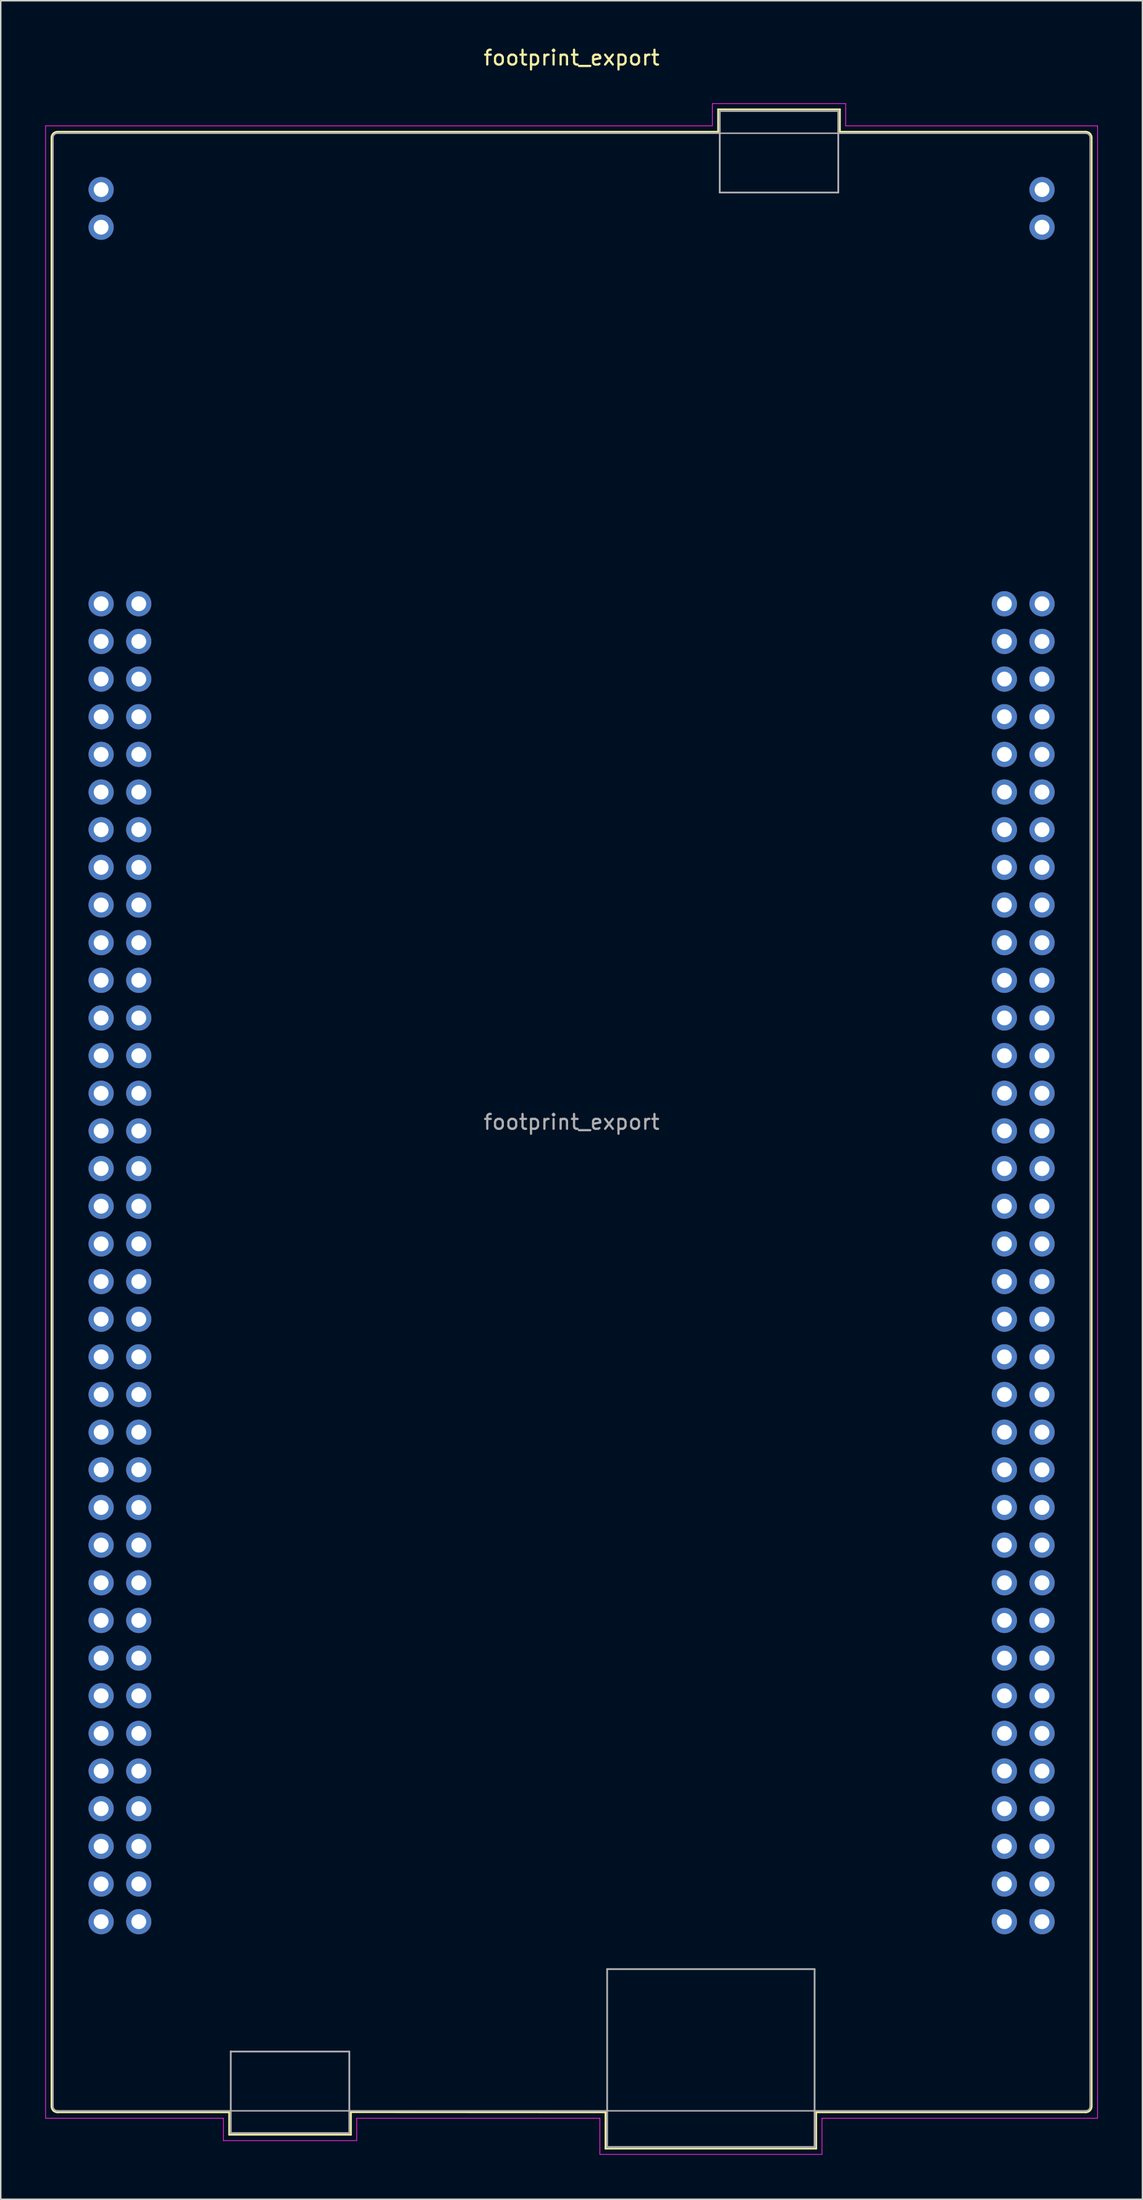
<source format=kicad_pcb>
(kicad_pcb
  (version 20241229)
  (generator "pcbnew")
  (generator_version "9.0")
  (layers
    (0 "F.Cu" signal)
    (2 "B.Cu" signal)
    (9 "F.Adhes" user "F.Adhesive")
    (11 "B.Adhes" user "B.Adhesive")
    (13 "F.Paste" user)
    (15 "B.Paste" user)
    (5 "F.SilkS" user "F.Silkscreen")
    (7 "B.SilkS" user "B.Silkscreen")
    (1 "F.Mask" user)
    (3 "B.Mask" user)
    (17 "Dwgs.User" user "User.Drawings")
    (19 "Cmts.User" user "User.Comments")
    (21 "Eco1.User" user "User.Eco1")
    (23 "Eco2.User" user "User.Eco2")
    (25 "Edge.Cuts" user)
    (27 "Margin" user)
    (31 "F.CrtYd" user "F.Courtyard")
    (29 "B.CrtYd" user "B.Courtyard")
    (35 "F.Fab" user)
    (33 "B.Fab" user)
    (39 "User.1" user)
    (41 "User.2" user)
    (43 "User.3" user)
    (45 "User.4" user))
  (footprint "footprint_export"
    (layer "F.Cu")
    (at 3.775 37.678)
    (property "Reference" "footprint_export" (at 31.75 -36.83 0) (layer "F.SilkS") (effects (font (size 1 1) (thickness 0.15))))
    (attr through_hole)
    (fp_line (start -3.35 -31.44) (end -3.35 101.36) (stroke (width 0.12) (type solid)) (layer "F.SilkS"))
    (fp_line (start 8.64 101.76) (end -2.95 101.76) (stroke (width 0.12) (type solid)) (layer "F.SilkS"))
    (fp_line (start 8.64 101.76) (end 8.64 103.27) (stroke (width 0.12) (type solid)) (layer "F.SilkS"))
    (fp_line (start 8.64 103.27) (end 16.86 103.27) (stroke (width 0.12) (type solid)) (layer "F.SilkS"))
    (fp_line (start 16.86 103.27) (end 16.86 101.75) (stroke (width 0.12) (type solid)) (layer "F.SilkS"))
    (fp_line (start 34.04 101.76) (end 16.86 101.75) (stroke (width 0.12) (type solid)) (layer "F.SilkS"))
    (fp_line (start 34.04 104.21) (end 34.04 101.76) (stroke (width 0.12) (type solid)) (layer "F.SilkS"))
    (fp_line (start 41.64 -33.35) (end 49.86 -33.35) (stroke (width 0.12) (type solid)) (layer "F.SilkS"))
    (fp_line (start 41.64 -31.84) (end -2.95 -31.84) (stroke (width 0.12) (type solid)) (layer "F.SilkS"))
    (fp_line (start 41.64 -31.84) (end 41.64 -33.35) (stroke (width 0.12) (type solid)) (layer "F.SilkS"))
    (fp_line (start 48.26 101.76) (end 48.26 104.21) (stroke (width 0.12) (type solid)) (layer "F.SilkS"))
    (fp_line (start 48.26 101.76) (end 66.45 101.76) (stroke (width 0.12) (type solid)) (layer "F.SilkS"))
    (fp_line (start 48.26 104.21) (end 34.04 104.21) (stroke (width 0.12) (type solid)) (layer "F.SilkS"))
    (fp_line (start 49.86 -33.35) (end 49.86 -31.84) (stroke (width 0.12) (type solid)) (layer "F.SilkS"))
    (fp_line (start 49.86 -31.84) (end 66.45 -31.84) (stroke (width 0.12) (type solid)) (layer "F.SilkS"))
    (fp_line (start 66.85 101.36) (end 66.85 -31.44) (stroke (width 0.12) (type solid)) (layer "F.SilkS"))
    (fp_arc (start -3.35 -31.44) (mid -3.232843 -31.722843) (end -2.95 -31.84) (stroke (width 0.12) (type solid)) (layer "F.SilkS"))
    (fp_arc (start -2.95 101.76) (mid -3.232843 101.642843) (end -3.35 101.36) (stroke (width 0.12) (type solid)) (layer "F.SilkS"))
    (fp_arc (start 66.45 -31.84) (mid 66.732843 -31.722843) (end 66.85 -31.44) (stroke (width 0.12) (type solid)) (layer "F.SilkS"))
    (fp_arc (start 66.85 101.36) (mid 66.732843 101.642843) (end 66.45 101.76) (stroke (width 0.12) (type solid)) (layer "F.SilkS"))
    (fp_line (start -3.75 -32.24) (end -3.75 102.16) (stroke (width 0.05) (type solid)) (layer "F.CrtYd"))
    (fp_line (start -3.75 102.16) (end 8.25 102.16) (stroke (width 0.05) (type solid)) (layer "F.CrtYd"))
    (fp_line (start 8.25 102.16) (end 8.25 103.67) (stroke (width 0.05) (type solid)) (layer "F.CrtYd"))
    (fp_line (start 8.25 103.67) (end 17.25 103.67) (stroke (width 0.05) (type solid)) (layer "F.CrtYd"))
    (fp_line (start 17.25 102.16) (end 17.25 103.67) (stroke (width 0.05) (type solid)) (layer "F.CrtYd"))
    (fp_line (start 17.25 102.16) (end 33.66 102.16) (stroke (width 0.05) (type solid)) (layer "F.CrtYd"))
    (fp_line (start 33.66 104.6) (end 33.66 102.16) (stroke (width 0.05) (type solid)) (layer "F.CrtYd"))
    (fp_line (start 33.66 104.6) (end 48.65 104.6) (stroke (width 0.05) (type solid)) (layer "F.CrtYd"))
    (fp_line (start 41.25 -33.74) (end 50.25 -33.74) (stroke (width 0.05) (type solid)) (layer "F.CrtYd"))
    (fp_line (start 41.25 -32.24) (end -3.75 -32.24) (stroke (width 0.05) (type solid)) (layer "F.CrtYd"))
    (fp_line (start 41.25 -32.24) (end 41.25 -33.74) (stroke (width 0.05) (type solid)) (layer "F.CrtYd"))
    (fp_line (start 48.65 102.16) (end 48.65 104.6) (stroke (width 0.05) (type solid)) (layer "F.CrtYd"))
    (fp_line (start 50.25 -32.24) (end 50.25 -33.74) (stroke (width 0.05) (type solid)) (layer "F.CrtYd"))
    (fp_line (start 50.25 -32.24) (end 67.25 -32.24) (stroke (width 0.05) (type solid)) (layer "F.CrtYd"))
    (fp_line (start 67.25 102.16) (end 48.65 102.16) (stroke (width 0.05) (type solid)) (layer "F.CrtYd"))
    (fp_line (start 67.25 102.16) (end 67.25 -32.24) (stroke (width 0.05) (type solid)) (layer "F.CrtYd"))
    (fp_line (start -3.25 101.36) (end -3.25 -31.44) (stroke (width 0.1) (type solid)) (layer "F.Fab"))
    (fp_line (start 8.75 97.66) (end 16.75 97.66) (stroke (width 0.12) (type solid)) (layer "F.Fab"))
    (fp_line (start 8.75 103.16) (end 8.75 97.65) (stroke (width 0.12) (type solid)) (layer "F.Fab"))
    (fp_line (start 8.75 103.16) (end 16.75 103.16) (stroke (width 0.12) (type solid)) (layer "F.Fab"))
    (fp_line (start 16.75 97.66) (end 16.75 103.16) (stroke (width 0.12) (type solid)) (layer "F.Fab"))
    (fp_line (start 34.15 92.1) (end 48.15 92.1) (stroke (width 0.12) (type solid)) (layer "F.Fab"))
    (fp_line (start 34.15 104.1) (end 34.15 92.1) (stroke (width 0.12) (type solid)) (layer "F.Fab"))
    (fp_line (start 34.15 104.1) (end 48.15 104.1) (stroke (width 0.12) (type solid)) (layer "F.Fab"))
    (fp_line (start 41.75 -33.24) (end 49.75 -33.24) (stroke (width 0.12) (type solid)) (layer "F.Fab"))
    (fp_line (start 41.75 -27.74) (end 41.75 -33.24) (stroke (width 0.12) (type solid)) (layer "F.Fab"))
    (fp_line (start 41.75 -27.74) (end 49.75 -27.74) (stroke (width 0.12) (type solid)) (layer "F.Fab"))
    (fp_line (start 48.15 104.1) (end 48.15 92.1) (stroke (width 0.12) (type solid)) (layer "F.Fab"))
    (fp_line (start 49.75 -33.24) (end 49.75 -27.74) (stroke (width 0.12) (type solid)) (layer "F.Fab"))
    (fp_line (start 66.45 -31.74) (end -2.95 -31.74) (stroke (width 0.1) (type solid)) (layer "F.Fab"))
    (fp_line (start 66.45 101.66) (end -2.95 101.66) (stroke (width 0.1) (type solid)) (layer "F.Fab"))
    (fp_line (start 66.75 101.36) (end 66.75 -31.44) (stroke (width 0.1) (type solid)) (layer "F.Fab"))
    (fp_arc (start -3.25 -31.44) (mid -3.162132 -31.652132) (end -2.95 -31.74) (stroke (width 0.1) (type solid)) (layer "F.Fab"))
    (fp_arc (start -2.95 101.66) (mid -3.162132 101.572132) (end -3.25 101.36) (stroke (width 0.1) (type solid)) (layer "F.Fab"))
    (fp_arc (start 66.45 -31.74) (mid 66.662132 -31.652132) (end 66.75 -31.44) (stroke (width 0.1) (type solid)) (layer "F.Fab"))
    (fp_arc (start 66.75 101.36) (mid 66.662132 101.572132) (end 66.45 101.66) (stroke (width 0.1) (type solid)) (layer "F.Fab"))
    (fp_text user "${REFERENCE}" (at 31.75 34.96 0) (layer "F.Fab") (effects (font (size 1 1) (thickness 0.15))))
    (pad "1" thru_hole circle (at 0 0) (size 1.7 1.7) (drill 1) (layers "*.Cu" "*.Mask"))
    (pad "2" thru_hole circle (at 2.54 0) (size 1.7 1.7) (drill 1) (layers "*.Cu" "*.Mask"))
    (pad "3" thru_hole circle (at 0 2.54) (size 1.7 1.7) (drill 1) (layers "*.Cu" "*.Mask"))
    (pad "4" thru_hole circle (at 2.54 2.54) (size 1.7 1.7) (drill 1) (layers "*.Cu" "*.Mask"))
    (pad "5" thru_hole circle (at 0 5.08) (size 1.7 1.7) (drill 1) (layers "*.Cu" "*.Mask"))
    (pad "6" thru_hole circle (at 2.54 5.08) (size 1.7 1.7) (drill 1) (layers "*.Cu" "*.Mask"))
    (pad "7" thru_hole circle (at 0 7.62) (size 1.7 1.7) (drill 1) (layers "*.Cu" "*.Mask"))
    (pad "8" thru_hole circle (at 2.54 7.62) (size 1.7 1.7) (drill 1) (layers "*.Cu" "*.Mask"))
    (pad "9" thru_hole circle (at 0 10.16) (size 1.7 1.7) (drill 1) (layers "*.Cu" "*.Mask"))
    (pad "10" thru_hole circle (at 2.54 10.16) (size 1.7 1.7) (drill 1) (layers "*.Cu" "*.Mask"))
    (pad "11" thru_hole circle (at 0 12.7) (size 1.7 1.7) (drill 1) (layers "*.Cu" "*.Mask"))
    (pad "12" thru_hole circle (at 2.54 12.7) (size 1.7 1.7) (drill 1) (layers "*.Cu" "*.Mask"))
    (pad "13" thru_hole circle (at 0 15.24) (size 1.7 1.7) (drill 1) (layers "*.Cu" "*.Mask"))
    (pad "14" thru_hole circle (at 2.54 15.24) (size 1.7 1.7) (drill 1) (layers "*.Cu" "*.Mask"))
    (pad "15" thru_hole circle (at 0 17.78) (size 1.7 1.7) (drill 1) (layers "*.Cu" "*.Mask"))
    (pad "16" thru_hole circle (at 2.54 17.78) (size 1.7 1.7) (drill 1) (layers "*.Cu" "*.Mask"))
    (pad "17" thru_hole circle (at 0 20.32) (size 1.7 1.7) (drill 1) (layers "*.Cu" "*.Mask"))
    (pad "18" thru_hole circle (at 2.54 20.32) (size 1.7 1.7) (drill 1) (layers "*.Cu" "*.Mask"))
    (pad "19" thru_hole circle (at 0 22.86) (size 1.7 1.7) (drill 1) (layers "*.Cu" "*.Mask"))
    (pad "20" thru_hole circle (at 2.54 22.86) (size 1.7 1.7) (drill 1) (layers "*.Cu" "*.Mask"))
    (pad "21" thru_hole circle (at 0 25.4) (size 1.7 1.7) (drill 1) (layers "*.Cu" "*.Mask"))
    (pad "22" thru_hole circle (at 2.54 25.4) (size 1.7 1.7) (drill 1) (layers "*.Cu" "*.Mask"))
    (pad "23" thru_hole circle (at 0 27.94) (size 1.7 1.7) (drill 1) (layers "*.Cu" "*.Mask"))
    (pad "24" thru_hole circle (at 2.54 27.94) (size 1.7 1.7) (drill 1) (layers "*.Cu" "*.Mask"))
    (pad "25" thru_hole circle (at 0 30.48) (size 1.7 1.7) (drill 1) (layers "*.Cu" "*.Mask"))
    (pad "26" thru_hole circle (at 2.54 30.48) (size 1.7 1.7) (drill 1) (layers "*.Cu" "*.Mask"))
    (pad "27" thru_hole circle (at 0 33.02) (size 1.7 1.7) (drill 1) (layers "*.Cu" "*.Mask"))
    (pad "28" thru_hole circle (at 2.54 33.02) (size 1.7 1.7) (drill 1) (layers "*.Cu" "*.Mask"))
    (pad "29" thru_hole circle (at 0 35.56) (size 1.7 1.7) (drill 1) (layers "*.Cu" "*.Mask"))
    (pad "30" thru_hole circle (at 2.54 35.56) (size 1.7 1.7) (drill 1) (layers "*.Cu" "*.Mask"))
    (pad "31" thru_hole circle (at 0 38.1) (size 1.7 1.7) (drill 1) (layers "*.Cu" "*.Mask"))
    (pad "32" thru_hole circle (at 2.54 38.1) (size 1.7 1.7) (drill 1) (layers "*.Cu" "*.Mask"))
    (pad "33" thru_hole circle (at 0 40.64) (size 1.7 1.7) (drill 1) (layers "*.Cu" "*.Mask"))
    (pad "34" thru_hole circle (at 2.54 40.64) (size 1.7 1.7) (drill 1) (layers "*.Cu" "*.Mask"))
    (pad "35" thru_hole circle (at 0 43.18) (size 1.7 1.7) (drill 1) (layers "*.Cu" "*.Mask"))
    (pad "36" thru_hole circle (at 2.54 43.18) (size 1.7 1.7) (drill 1) (layers "*.Cu" "*.Mask"))
    (pad "37" thru_hole circle (at 0 45.72) (size 1.7 1.7) (drill 1) (layers "*.Cu" "*.Mask"))
    (pad "38" thru_hole circle (at 2.54 45.72) (size 1.7 1.7) (drill 1) (layers "*.Cu" "*.Mask"))
    (pad "39" thru_hole circle (at 0 48.26) (size 1.7 1.7) (drill 1) (layers "*.Cu" "*.Mask"))
    (pad "40" thru_hole circle (at 2.54 48.26) (size 1.7 1.7) (drill 1) (layers "*.Cu" "*.Mask"))
    (pad "41" thru_hole circle (at 0 50.8) (size 1.7 1.7) (drill 1) (layers "*.Cu" "*.Mask"))
    (pad "42" thru_hole circle (at 2.54 50.8) (size 1.7 1.7) (drill 1) (layers "*.Cu" "*.Mask"))
    (pad "43" thru_hole circle (at 0 53.34) (size 1.7 1.7) (drill 1) (layers "*.Cu" "*.Mask"))
    (pad "44" thru_hole circle (at 2.54 53.34) (size 1.7 1.7) (drill 1) (layers "*.Cu" "*.Mask"))
    (pad "45" thru_hole circle (at 0 55.88) (size 1.7 1.7) (drill 1) (layers "*.Cu" "*.Mask"))
    (pad "46" thru_hole circle (at 2.54 55.88) (size 1.7 1.7) (drill 1) (layers "*.Cu" "*.Mask"))
    (pad "47" thru_hole circle (at 0 58.42) (size 1.7 1.7) (drill 1) (layers "*.Cu" "*.Mask"))
    (pad "48" thru_hole circle (at 2.54 58.42) (size 1.7 1.7) (drill 1) (layers "*.Cu" "*.Mask"))
    (pad "49" thru_hole circle (at 0 60.96) (size 1.7 1.7) (drill 1) (layers "*.Cu" "*.Mask"))
    (pad "50" thru_hole circle (at 2.54 60.96) (size 1.7 1.7) (drill 1) (layers "*.Cu" "*.Mask"))
    (pad "51" thru_hole circle (at 0 63.5) (size 1.7 1.7) (drill 1) (layers "*.Cu" "*.Mask"))
    (pad "52" thru_hole circle (at 2.54 63.5) (size 1.7 1.7) (drill 1) (layers "*.Cu" "*.Mask"))
    (pad "53" thru_hole circle (at 0 66.04) (size 1.7 1.7) (drill 1) (layers "*.Cu" "*.Mask"))
    (pad "54" thru_hole circle (at 2.54 66.04) (size 1.7 1.7) (drill 1) (layers "*.Cu" "*.Mask"))
    (pad "55" thru_hole circle (at 0 68.58) (size 1.7 1.7) (drill 1) (layers "*.Cu" "*.Mask"))
    (pad "56" thru_hole circle (at 2.54 68.58) (size 1.7 1.7) (drill 1) (layers "*.Cu" "*.Mask"))
    (pad "57" thru_hole circle (at 0 71.12) (size 1.7 1.7) (drill 1) (layers "*.Cu" "*.Mask"))
    (pad "58" thru_hole circle (at 2.54 71.12) (size 1.7 1.7) (drill 1) (layers "*.Cu" "*.Mask"))
    (pad "59" thru_hole circle (at 0 73.66) (size 1.7 1.7) (drill 1) (layers "*.Cu" "*.Mask"))
    (pad "60" thru_hole circle (at 2.54 73.66) (size 1.7 1.7) (drill 1) (layers "*.Cu" "*.Mask"))
    (pad "61" thru_hole circle (at 0 76.2) (size 1.7 1.7) (drill 1) (layers "*.Cu" "*.Mask"))
    (pad "62" thru_hole circle (at 2.54 76.2) (size 1.7 1.7) (drill 1) (layers "*.Cu" "*.Mask"))
    (pad "63" thru_hole circle (at 0 78.74) (size 1.7 1.7) (drill 1) (layers "*.Cu" "*.Mask"))
    (pad "64" thru_hole circle (at 2.54 78.74) (size 1.7 1.7) (drill 1) (layers "*.Cu" "*.Mask"))
    (pad "65" thru_hole circle (at 0 81.28) (size 1.7 1.7) (drill 1) (layers "*.Cu" "*.Mask"))
    (pad "66" thru_hole circle (at 2.54 81.28) (size 1.7 1.7) (drill 1) (layers "*.Cu" "*.Mask"))
    (pad "67" thru_hole circle (at 0 83.82) (size 1.7 1.7) (drill 1) (layers "*.Cu" "*.Mask"))
    (pad "68" thru_hole circle (at 2.54 83.82) (size 1.7 1.7) (drill 1) (layers "*.Cu" "*.Mask"))
    (pad "69" thru_hole circle (at 0 86.36) (size 1.7 1.7) (drill 1) (layers "*.Cu" "*.Mask"))
    (pad "70" thru_hole circle (at 2.54 86.36) (size 1.7 1.7) (drill 1) (layers "*.Cu" "*.Mask"))
    (pad "71" thru_hole circle (at 0 88.9) (size 1.7 1.7) (drill 1) (layers "*.Cu" "*.Mask"))
    (pad "72" thru_hole circle (at 2.54 88.9) (size 1.7 1.7) (drill 1) (layers "*.Cu" "*.Mask"))
    (pad "73" thru_hole circle (at 60.96 0) (size 1.7 1.7) (drill 1) (layers "*.Cu" "*.Mask"))
    (pad "74" thru_hole circle (at 63.5 0) (size 1.7 1.7) (drill 1) (layers "*.Cu" "*.Mask"))
    (pad "75" thru_hole circle (at 60.96 2.54) (size 1.7 1.7) (drill 1) (layers "*.Cu" "*.Mask"))
    (pad "76" thru_hole circle (at 63.5 2.54) (size 1.7 1.7) (drill 1) (layers "*.Cu" "*.Mask"))
    (pad "77" thru_hole circle (at 60.96 5.08) (size 1.7 1.7) (drill 1) (layers "*.Cu" "*.Mask"))
    (pad "78" thru_hole circle (at 63.5 5.08) (size 1.7 1.7) (drill 1) (layers "*.Cu" "*.Mask"))
    (pad "79" thru_hole circle (at 60.96 7.62) (size 1.7 1.7) (drill 1) (layers "*.Cu" "*.Mask"))
    (pad "80" thru_hole circle (at 63.5 7.62) (size 1.7 1.7) (drill 1) (layers "*.Cu" "*.Mask"))
    (pad "81" thru_hole circle (at 60.96 10.16) (size 1.7 1.7) (drill 1) (layers "*.Cu" "*.Mask"))
    (pad "82" thru_hole circle (at 63.5 10.16) (size 1.7 1.7) (drill 1) (layers "*.Cu" "*.Mask"))
    (pad "83" thru_hole circle (at 60.96 12.7) (size 1.7 1.7) (drill 1) (layers "*.Cu" "*.Mask"))
    (pad "84" thru_hole circle (at 63.5 12.7) (size 1.7 1.7) (drill 1) (layers "*.Cu" "*.Mask"))
    (pad "85" thru_hole circle (at 60.96 15.24) (size 1.7 1.7) (drill 1) (layers "*.Cu" "*.Mask"))
    (pad "86" thru_hole circle (at 63.5 15.24) (size 1.7 1.7) (drill 1) (layers "*.Cu" "*.Mask"))
    (pad "87" thru_hole circle (at 60.96 17.78) (size 1.7 1.7) (drill 1) (layers "*.Cu" "*.Mask"))
    (pad "88" thru_hole circle (at 63.5 17.78) (size 1.7 1.7) (drill 1) (layers "*.Cu" "*.Mask"))
    (pad "89" thru_hole circle (at 60.96 20.32) (size 1.7 1.7) (drill 1) (layers "*.Cu" "*.Mask"))
    (pad "90" thru_hole circle (at 63.5 20.32) (size 1.7 1.7) (drill 1) (layers "*.Cu" "*.Mask"))
    (pad "91" thru_hole circle (at 60.96 22.86) (size 1.7 1.7) (drill 1) (layers "*.Cu" "*.Mask"))
    (pad "92" thru_hole circle (at 63.5 22.86) (size 1.7 1.7) (drill 1) (layers "*.Cu" "*.Mask"))
    (pad "93" thru_hole circle (at 60.96 25.4) (size 1.7 1.7) (drill 1) (layers "*.Cu" "*.Mask"))
    (pad "94" thru_hole circle (at 63.5 25.4) (size 1.7 1.7) (drill 1) (layers "*.Cu" "*.Mask"))
    (pad "95" thru_hole circle (at 60.96 27.94) (size 1.7 1.7) (drill 1) (layers "*.Cu" "*.Mask"))
    (pad "96" thru_hole circle (at 63.5 27.94) (size 1.7 1.7) (drill 1) (layers "*.Cu" "*.Mask"))
    (pad "97" thru_hole circle (at 60.96 30.48) (size 1.7 1.7) (drill 1) (layers "*.Cu" "*.Mask"))
    (pad "98" thru_hole circle (at 63.5 30.48) (size 1.7 1.7) (drill 1) (layers "*.Cu" "*.Mask"))
    (pad "99" thru_hole circle (at 60.96 33.02) (size 1.7 1.7) (drill 1) (layers "*.Cu" "*.Mask"))
    (pad "100" thru_hole circle (at 63.5 33.02) (size 1.7 1.7) (drill 1) (layers "*.Cu" "*.Mask"))
    (pad "101" thru_hole circle (at 60.96 35.56) (size 1.7 1.7) (drill 1) (layers "*.Cu" "*.Mask"))
    (pad "102" thru_hole circle (at 63.5 35.56) (size 1.7 1.7) (drill 1) (layers "*.Cu" "*.Mask"))
    (pad "103" thru_hole circle (at 60.96 38.1) (size 1.7 1.7) (drill 1) (layers "*.Cu" "*.Mask"))
    (pad "104" thru_hole circle (at 63.5 38.1) (size 1.7 1.7) (drill 1) (layers "*.Cu" "*.Mask"))
    (pad "105" thru_hole circle (at 60.96 40.64) (size 1.7 1.7) (drill 1) (layers "*.Cu" "*.Mask"))
    (pad "106" thru_hole circle (at 63.5 40.64) (size 1.7 1.7) (drill 1) (layers "*.Cu" "*.Mask"))
    (pad "107" thru_hole circle (at 60.96 43.18) (size 1.7 1.7) (drill 1) (layers "*.Cu" "*.Mask"))
    (pad "108" thru_hole circle (at 63.5 43.18) (size 1.7 1.7) (drill 1) (layers "*.Cu" "*.Mask"))
    (pad "109" thru_hole circle (at 60.96 45.72) (size 1.7 1.7) (drill 1) (layers "*.Cu" "*.Mask"))
    (pad "110" thru_hole circle (at 63.5 45.72) (size 1.7 1.7) (drill 1) (layers "*.Cu" "*.Mask"))
    (pad "111" thru_hole circle (at 60.96 48.26) (size 1.7 1.7) (drill 1) (layers "*.Cu" "*.Mask"))
    (pad "112" thru_hole circle (at 63.5 48.26) (size 1.7 1.7) (drill 1) (layers "*.Cu" "*.Mask"))
    (pad "113" thru_hole circle (at 60.96 50.8) (size 1.7 1.7) (drill 1) (layers "*.Cu" "*.Mask"))
    (pad "114" thru_hole circle (at 63.5 50.8) (size 1.7 1.7) (drill 1) (layers "*.Cu" "*.Mask"))
    (pad "115" thru_hole circle (at 60.96 53.34) (size 1.7 1.7) (drill 1) (layers "*.Cu" "*.Mask"))
    (pad "116" thru_hole circle (at 63.5 53.34) (size 1.7 1.7) (drill 1) (layers "*.Cu" "*.Mask"))
    (pad "117" thru_hole circle (at 60.96 55.88) (size 1.7 1.7) (drill 1) (layers "*.Cu" "*.Mask"))
    (pad "118" thru_hole circle (at 63.5 55.88) (size 1.7 1.7) (drill 1) (layers "*.Cu" "*.Mask"))
    (pad "119" thru_hole circle (at 60.96 58.42) (size 1.7 1.7) (drill 1) (layers "*.Cu" "*.Mask"))
    (pad "120" thru_hole circle (at 63.5 58.42) (size 1.7 1.7) (drill 1) (layers "*.Cu" "*.Mask"))
    (pad "121" thru_hole circle (at 60.96 60.96) (size 1.7 1.7) (drill 1) (layers "*.Cu" "*.Mask"))
    (pad "122" thru_hole circle (at 63.5 60.96) (size 1.7 1.7) (drill 1) (layers "*.Cu" "*.Mask"))
    (pad "123" thru_hole circle (at 60.96 63.5) (size 1.7 1.7) (drill 1) (layers "*.Cu" "*.Mask"))
    (pad "124" thru_hole circle (at 63.5 63.5) (size 1.7 1.7) (drill 1) (layers "*.Cu" "*.Mask"))
    (pad "125" thru_hole circle (at 60.96 66.04) (size 1.7 1.7) (drill 1) (layers "*.Cu" "*.Mask"))
    (pad "126" thru_hole circle (at 63.5 66.04) (size 1.7 1.7) (drill 1) (layers "*.Cu" "*.Mask"))
    (pad "127" thru_hole circle (at 60.96 68.58) (size 1.7 1.7) (drill 1) (layers "*.Cu" "*.Mask"))
    (pad "128" thru_hole circle (at 63.5 68.58) (size 1.7 1.7) (drill 1) (layers "*.Cu" "*.Mask"))
    (pad "129" thru_hole circle (at 60.96 71.12) (size 1.7 1.7) (drill 1) (layers "*.Cu" "*.Mask"))
    (pad "130" thru_hole circle (at 63.5 71.12) (size 1.7 1.7) (drill 1) (layers "*.Cu" "*.Mask"))
    (pad "131" thru_hole circle (at 60.96 73.66) (size 1.7 1.7) (drill 1) (layers "*.Cu" "*.Mask"))
    (pad "132" thru_hole circle (at 63.5 73.66) (size 1.7 1.7) (drill 1) (layers "*.Cu" "*.Mask"))
    (pad "133" thru_hole circle (at 60.96 76.2) (size 1.7 1.7) (drill 1) (layers "*.Cu" "*.Mask"))
    (pad "134" thru_hole circle (at 63.5 76.2) (size 1.7 1.7) (drill 1) (layers "*.Cu" "*.Mask"))
    (pad "135" thru_hole circle (at 60.96 78.74) (size 1.7 1.7) (drill 1) (layers "*.Cu" "*.Mask"))
    (pad "136" thru_hole circle (at 63.5 78.74) (size 1.7 1.7) (drill 1) (layers "*.Cu" "*.Mask"))
    (pad "137" thru_hole circle (at 60.96 81.28) (size 1.7 1.7) (drill 1) (layers "*.Cu" "*.Mask"))
    (pad "138" thru_hole circle (at 63.5 81.28) (size 1.7 1.7) (drill 1) (layers "*.Cu" "*.Mask"))
    (pad "139" thru_hole circle (at 60.96 83.82) (size 1.7 1.7) (drill 1) (layers "*.Cu" "*.Mask"))
    (pad "140" thru_hole circle (at 63.5 83.82) (size 1.7 1.7) (drill 1) (layers "*.Cu" "*.Mask"))
    (pad "141" thru_hole circle (at 60.96 86.36) (size 1.7 1.7) (drill 1) (layers "*.Cu" "*.Mask"))
    (pad "142" thru_hole circle (at 63.5 86.36) (size 1.7 1.7) (drill 1) (layers "*.Cu" "*.Mask"))
    (pad "143" thru_hole circle (at 60.96 88.9) (size 1.7 1.7) (drill 1) (layers "*.Cu" "*.Mask"))
    (pad "144" thru_hole circle (at 63.5 88.9) (size 1.7 1.7) (drill 1) (layers "*.Cu" "*.Mask"))
    (pad "145" thru_hole circle (at 0 -27.94) (size 1.7 1.7) (drill 1) (layers "*.Cu" "*.Mask"))
    (pad "146" thru_hole circle (at 0 -25.4) (size 1.7 1.7) (drill 1) (layers "*.Cu" "*.Mask"))
    (pad "147" thru_hole circle (at 63.5 -27.94) (size 1.7 1.7) (drill 1) (layers "*.Cu" "*.Mask"))
    (pad "148" thru_hole circle (at 63.5 -25.4) (size 1.7 1.7) (drill 1) (layers "*.Cu" "*.Mask")))
  (gr_rect
    (start -3 -3)
    (end 74.05 145.303)
    (stroke (width 0.1) (type default))
    (fill no)
    (layer "Edge.Cuts")))
</source>
